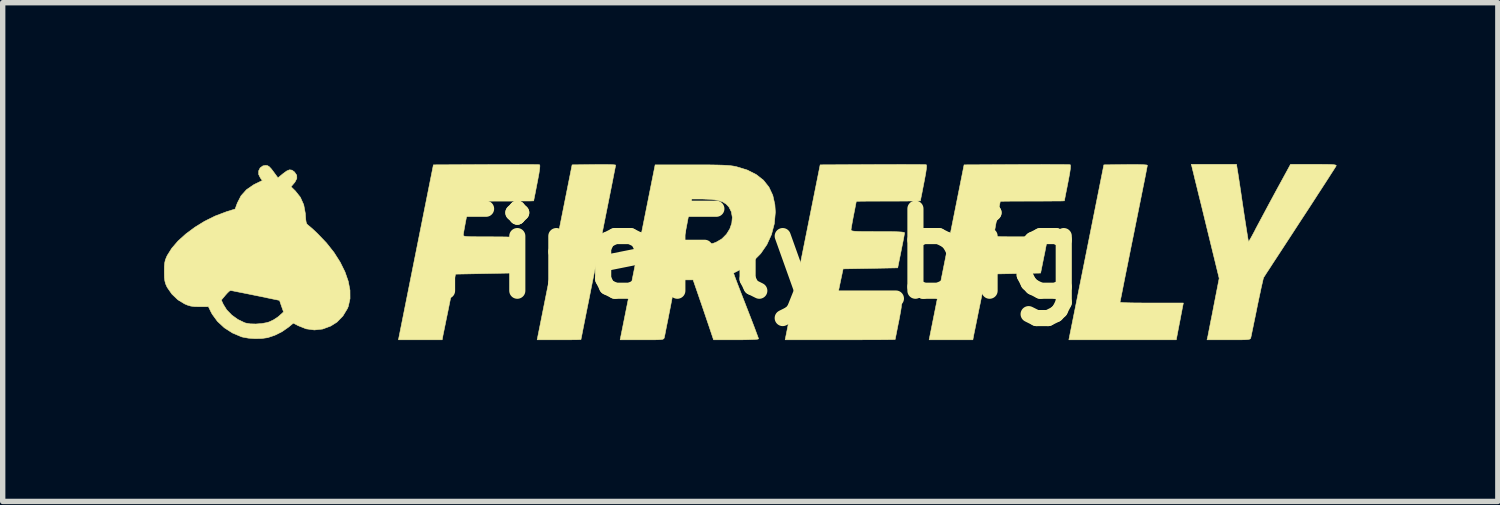
<source format=kicad_pcb>
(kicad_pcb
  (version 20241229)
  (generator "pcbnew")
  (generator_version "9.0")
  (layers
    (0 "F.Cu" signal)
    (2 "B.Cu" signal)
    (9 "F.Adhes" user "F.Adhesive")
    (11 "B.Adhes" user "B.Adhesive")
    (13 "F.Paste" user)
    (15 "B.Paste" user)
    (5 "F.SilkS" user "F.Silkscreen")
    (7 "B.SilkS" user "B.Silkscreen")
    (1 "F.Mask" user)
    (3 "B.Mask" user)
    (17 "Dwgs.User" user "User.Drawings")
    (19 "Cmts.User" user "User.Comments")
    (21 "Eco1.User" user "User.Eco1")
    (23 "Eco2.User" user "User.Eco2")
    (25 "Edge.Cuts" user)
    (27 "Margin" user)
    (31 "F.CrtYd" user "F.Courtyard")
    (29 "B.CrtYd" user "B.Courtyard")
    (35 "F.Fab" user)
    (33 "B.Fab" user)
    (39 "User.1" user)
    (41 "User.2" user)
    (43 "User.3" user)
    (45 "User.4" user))
  (footprint "FireFly_big"
    (layer "F.Cu")
    (at 10.995 1.666)
    (property "Reference" "FireFly_big" (at 0 0 0) (layer "F.SilkS") (effects (font (size 1.524 1.524) (thickness 0.3))))
    (attr through_hole)
    (fp_poly (pts (xy -2.776 -1.657) (xy -2.689 -1.655) (xy -2.629 -1.652) (xy -2.6 -1.648) (xy -2.599 -1.646) (xy -2.602 -1.625) (xy -2.613 -1.569) (xy -2.631 -1.479) (xy -2.654 -1.36) (xy -2.683 -1.214) (xy -2.717 -1.044) (xy -2.755 -0.853) (xy -2.797 -0.643) (xy -2.842 -0.417) (xy -2.889 -0.179) (xy -2.921 -0.02) (xy -2.97 0.225) (xy -3.017 0.459) (xy -3.061 0.679) (xy -3.101 0.882) (xy -3.138 1.065) (xy -3.17 1.226) (xy -3.197 1.361) (xy -3.218 1.469) (xy -3.233 1.545) (xy -3.242 1.588) (xy -3.243 1.597) (xy -3.262 1.598) (xy -3.314 1.6) (xy -3.393 1.601) (xy -3.495 1.602) (xy -3.612 1.602) (xy -3.651 1.602) (xy -4.058 1.602) (xy -3.733 -0.024) (xy -3.408 -1.651) (xy -3.003 -1.656) (xy -2.882 -1.657) (xy -2.776 -1.657)) (stroke (width 0.01) (type solid)) (fill yes) (layer "F.SilkS"))
    (fp_poly (pts (xy 7.137 -1.656) (xy 7.221 -1.653) (xy 7.272 -1.649) (xy 7.288 -1.643) (xy 7.284 -1.621) (xy 7.273 -1.564) (xy 7.256 -1.475) (xy 7.233 -1.358) (xy 7.204 -1.215) (xy 7.171 -1.05) (xy 7.134 -0.866) (xy 7.094 -0.667) (xy 7.051 -0.454) (xy 7.034 -0.368) (xy 6.99 -0.152) (xy 6.949 0.053) (xy 6.911 0.243) (xy 6.876 0.416) (xy 6.846 0.567) (xy 6.821 0.695) (xy 6.801 0.795) (xy 6.787 0.864) (xy 6.78 0.9) (xy 6.78 0.904) (xy 6.799 0.907) (xy 6.852 0.911) (xy 6.934 0.914) (xy 7.042 0.916) (xy 7.169 0.917) (xy 7.312 0.918) (xy 7.368 0.918) (xy 7.957 0.918) (xy 7.948 0.962) (xy 7.941 0.996) (xy 7.929 1.061) (xy 7.912 1.148) (xy 7.893 1.25) (xy 7.882 1.304) (xy 7.825 1.602) (xy 6.827 1.602) (xy 5.828 1.602) (xy 6.154 -0.024) (xy 6.479 -1.651) (xy 6.883 -1.656) (xy 7.023 -1.657) (xy 7.137 -1.656)) (stroke (width 0.01) (type solid)) (fill yes) (layer "F.SilkS"))
    (fp_poly (pts (xy -4.328 -1.657) (xy -4.205 -1.657) (xy -4.11 -1.656) (xy -4.045 -1.655) (xy -4.015 -1.653) (xy -4.013 -1.653) (xy -4.007 -1.633) (xy -4.011 -1.579) (xy -4.024 -1.491) (xy -4.047 -1.367) (xy -4.057 -1.316) (xy -4.078 -1.208) (xy -4.096 -1.114) (xy -4.111 -1.041) (xy -4.12 -0.995) (xy -4.122 -0.982) (xy -4.141 -0.981) (xy -4.194 -0.979) (xy -4.277 -0.979) (xy -4.385 -0.978) (xy -4.512 -0.977) (xy -4.656 -0.977) (xy -4.719 -0.977) (xy -4.867 -0.977) (xy -5.001 -0.976) (xy -5.118 -0.976) (xy -5.212 -0.975) (xy -5.278 -0.974) (xy -5.311 -0.973) (xy -5.315 -0.972) (xy -5.318 -0.952) (xy -5.328 -0.901) (xy -5.343 -0.824) (xy -5.362 -0.73) (xy -5.373 -0.674) (xy -5.393 -0.57) (xy -5.41 -0.477) (xy -5.423 -0.404) (xy -5.43 -0.357) (xy -5.431 -0.347) (xy -5.429 -0.336) (xy -5.419 -0.328) (xy -5.397 -0.322) (xy -5.358 -0.318) (xy -5.298 -0.315) (xy -5.212 -0.314) (xy -5.097 -0.313) (xy -4.947 -0.313) (xy -4.933 -0.313) (xy -4.774 -0.312) (xy -4.65 -0.311) (xy -4.558 -0.308) (xy -4.494 -0.304) (xy -4.455 -0.299) (xy -4.438 -0.292) (xy -4.436 -0.288) (xy -4.44 -0.262) (xy -4.451 -0.204) (xy -4.467 -0.122) (xy -4.486 -0.022) (xy -4.501 0.049) (xy -4.564 0.361) (xy -5.07 0.371) (xy -5.576 0.381) (xy -5.688 0.928) (xy -5.717 1.072) (xy -5.745 1.207) (xy -5.769 1.326) (xy -5.789 1.424) (xy -5.804 1.496) (xy -5.812 1.536) (xy -5.812 1.539) (xy -5.824 1.602) (xy -6.637 1.602) (xy -6.312 -0.024) (xy -5.987 -1.651) (xy -5.011 -1.656) (xy -4.819 -1.657) (xy -4.638 -1.657) (xy -4.473 -1.658) (xy -4.328 -1.657)) (stroke (width 0.01) (type solid)) (fill yes) (layer "F.SilkS"))
    (fp_poly (pts (xy 5.539 -1.657) (xy 5.662 -1.657) (xy 5.757 -1.656) (xy 5.822 -1.655) (xy 5.852 -1.653) (xy 5.854 -1.653) (xy 5.859 -1.633) (xy 5.856 -1.579) (xy 5.843 -1.491) (xy 5.82 -1.367) (xy 5.81 -1.316) (xy 5.789 -1.208) (xy 5.77 -1.114) (xy 5.756 -1.041) (xy 5.747 -0.995) (xy 5.745 -0.982) (xy 5.726 -0.981) (xy 5.673 -0.979) (xy 5.59 -0.979) (xy 5.482 -0.978) (xy 5.354 -0.977) (xy 5.211 -0.977) (xy 5.148 -0.977) (xy 5 -0.977) (xy 4.866 -0.976) (xy 4.749 -0.976) (xy 4.655 -0.975) (xy 4.589 -0.974) (xy 4.556 -0.973) (xy 4.552 -0.972) (xy 4.549 -0.952) (xy 4.539 -0.901) (xy 4.524 -0.824) (xy 4.505 -0.73) (xy 4.494 -0.674) (xy 4.474 -0.57) (xy 4.457 -0.477) (xy 4.444 -0.404) (xy 4.437 -0.357) (xy 4.436 -0.347) (xy 4.438 -0.336) (xy 4.448 -0.328) (xy 4.47 -0.322) (xy 4.509 -0.318) (xy 4.569 -0.315) (xy 4.655 -0.314) (xy 4.77 -0.313) (xy 4.92 -0.313) (xy 4.933 -0.313) (xy 5.093 -0.312) (xy 5.217 -0.311) (xy 5.309 -0.308) (xy 5.373 -0.304) (xy 5.412 -0.299) (xy 5.429 -0.292) (xy 5.431 -0.288) (xy 5.427 -0.262) (xy 5.416 -0.204) (xy 5.4 -0.122) (xy 5.381 -0.022) (xy 5.366 0.049) (xy 5.303 0.361) (xy 4.797 0.371) (xy 4.291 0.381) (xy 4.179 0.928) (xy 4.149 1.072) (xy 4.122 1.207) (xy 4.098 1.326) (xy 4.078 1.424) (xy 4.063 1.496) (xy 4.055 1.536) (xy 4.055 1.539) (xy 4.043 1.602) (xy 3.23 1.602) (xy 3.555 -0.024) (xy 3.88 -1.651) (xy 4.856 -1.656) (xy 5.048 -1.657) (xy 5.229 -1.657) (xy 5.394 -1.658) (xy 5.539 -1.657)) (stroke (width 0.01) (type solid)) (fill yes) (layer "F.SilkS"))
    (fp_poly (pts (xy 8.966 -1.529) (xy 8.975 -1.476) (xy 8.988 -1.39) (xy 9.005 -1.278) (xy 9.025 -1.146) (xy 9.046 -1.001) (xy 9.069 -0.848) (xy 9.074 -0.814) (xy 9.096 -0.668) (xy 9.117 -0.534) (xy 9.135 -0.419) (xy 9.15 -0.326) (xy 9.161 -0.26) (xy 9.167 -0.226) (xy 9.168 -0.223) (xy 9.18 -0.237) (xy 9.205 -0.279) (xy 9.241 -0.344) (xy 9.285 -0.426) (xy 9.299 -0.455) (xy 9.343 -0.538) (xy 9.402 -0.648) (xy 9.471 -0.777) (xy 9.546 -0.918) (xy 9.624 -1.062) (xy 9.686 -1.177) (xy 9.95 -1.661) (xy 10.379 -1.661) (xy 10.522 -1.66) (xy 10.631 -1.659) (xy 10.708 -1.657) (xy 10.759 -1.653) (xy 10.788 -1.647) (xy 10.799 -1.639) (xy 10.799 -1.634) (xy 10.787 -1.614) (xy 10.755 -1.563) (xy 10.705 -1.486) (xy 10.64 -1.384) (xy 10.561 -1.262) (xy 10.469 -1.121) (xy 10.368 -0.964) (xy 10.258 -0.795) (xy 10.141 -0.617) (xy 10.126 -0.594) (xy 10.009 -0.414) (xy 9.898 -0.244) (xy 9.795 -0.086) (xy 9.702 0.056) (xy 9.62 0.181) (xy 9.553 0.285) (xy 9.5 0.365) (xy 9.466 0.419) (xy 9.45 0.443) (xy 9.45 0.443) (xy 9.442 0.468) (xy 9.429 0.526) (xy 9.409 0.611) (xy 9.386 0.72) (xy 9.359 0.846) (xy 9.33 0.984) (xy 9.329 0.99) (xy 9.301 1.13) (xy 9.274 1.259) (xy 9.251 1.372) (xy 9.232 1.463) (xy 9.219 1.527) (xy 9.212 1.558) (xy 9.212 1.558) (xy 9.208 1.573) (xy 9.199 1.584) (xy 9.181 1.592) (xy 9.149 1.597) (xy 9.097 1.6) (xy 9.021 1.602) (xy 8.915 1.602) (xy 8.8 1.602) (xy 8.397 1.602) (xy 8.407 1.558) (xy 8.414 1.528) (xy 8.426 1.465) (xy 8.444 1.374) (xy 8.466 1.261) (xy 8.492 1.132) (xy 8.519 0.992) (xy 8.52 0.986) (xy 8.623 0.459) (xy 8.375 -0.557) (xy 8.328 -0.751) (xy 8.283 -0.935) (xy 8.241 -1.104) (xy 8.204 -1.256) (xy 8.172 -1.385) (xy 8.147 -1.49) (xy 8.128 -1.566) (xy 8.118 -1.609) (xy 8.116 -1.617) (xy 8.104 -1.661) (xy 8.945 -1.661) (xy 8.966 -1.529)) (stroke (width 0.01) (type solid)) (fill yes) (layer "F.SilkS"))
    (fp_poly (pts (xy 2.862 -1.657) (xy 2.985 -1.657) (xy 3.08 -1.656) (xy 3.145 -1.655) (xy 3.176 -1.653) (xy 3.177 -1.653) (xy 3.183 -1.633) (xy 3.179 -1.579) (xy 3.166 -1.491) (xy 3.143 -1.367) (xy 3.133 -1.316) (xy 3.112 -1.208) (xy 3.094 -1.114) (xy 3.079 -1.041) (xy 3.07 -0.995) (xy 3.068 -0.982) (xy 3.049 -0.981) (xy 2.996 -0.979) (xy 2.913 -0.979) (xy 2.805 -0.978) (xy 2.678 -0.977) (xy 2.535 -0.977) (xy 2.472 -0.977) (xy 2.324 -0.977) (xy 2.189 -0.976) (xy 2.072 -0.976) (xy 1.979 -0.975) (xy 1.913 -0.974) (xy 1.879 -0.973) (xy 1.876 -0.972) (xy 1.872 -0.952) (xy 1.862 -0.901) (xy 1.848 -0.827) (xy 1.83 -0.736) (xy 1.827 -0.723) (xy 1.809 -0.627) (xy 1.794 -0.544) (xy 1.783 -0.48) (xy 1.778 -0.446) (xy 1.778 -0.445) (xy 1.781 -0.434) (xy 1.791 -0.426) (xy 1.813 -0.42) (xy 1.852 -0.416) (xy 1.912 -0.413) (xy 1.998 -0.411) (xy 2.113 -0.411) (xy 2.263 -0.41) (xy 2.276 -0.41) (xy 2.436 -0.41) (xy 2.56 -0.409) (xy 2.652 -0.406) (xy 2.716 -0.402) (xy 2.754 -0.397) (xy 2.772 -0.39) (xy 2.774 -0.386) (xy 2.769 -0.359) (xy 2.759 -0.301) (xy 2.743 -0.219) (xy 2.723 -0.12) (xy 2.709 -0.049) (xy 2.646 0.264) (xy 2.139 0.274) (xy 1.631 0.283) (xy 1.569 0.576) (xy 1.548 0.68) (xy 1.529 0.77) (xy 1.515 0.841) (xy 1.507 0.885) (xy 1.506 0.894) (xy 1.514 0.901) (xy 1.54 0.907) (xy 1.589 0.911) (xy 1.663 0.914) (xy 1.765 0.917) (xy 1.899 0.918) (xy 2.069 0.918) (xy 2.11 0.918) (xy 2.716 0.918) (xy 2.716 0.964) (xy 2.712 0.999) (xy 2.702 1.064) (xy 2.686 1.151) (xy 2.667 1.252) (xy 2.657 1.299) (xy 2.637 1.4) (xy 2.62 1.487) (xy 2.607 1.552) (xy 2.6 1.589) (xy 2.599 1.595) (xy 2.58 1.597) (xy 2.525 1.598) (xy 2.439 1.599) (xy 2.325 1.6) (xy 2.185 1.601) (xy 2.025 1.601) (xy 1.848 1.602) (xy 1.657 1.602) (xy 1.576 1.602) (xy 0.553 1.602) (xy 0.878 -0.024) (xy 1.204 -1.651) (xy 2.179 -1.656) (xy 2.372 -1.657) (xy 2.552 -1.657) (xy 2.717 -1.658) (xy 2.862 -1.657)) (stroke (width 0.01) (type solid)) (fill yes) (layer "F.SilkS"))
    (fp_poly (pts (xy -1.181 -1.651) (xy -0.992 -1.651) (xy -0.837 -1.65) (xy -0.713 -1.648) (xy -0.613 -1.645) (xy -0.533 -1.641) (xy -0.469 -1.636) (xy -0.416 -1.629) (xy -0.37 -1.62) (xy -0.351 -1.616) (xy -0.152 -1.555) (xy 0.015 -1.471) (xy 0.15 -1.365) (xy 0.252 -1.236) (xy 0.323 -1.085) (xy 0.362 -0.911) (xy 0.371 -0.772) (xy 0.352 -0.558) (xy 0.299 -0.356) (xy 0.214 -0.169) (xy 0.099 -0.002) (xy -0.044 0.143) (xy -0.213 0.26) (xy -0.254 0.282) (xy -0.321 0.317) (xy -0.374 0.344) (xy -0.403 0.36) (xy -0.406 0.362) (xy -0.4 0.38) (xy -0.382 0.431) (xy -0.353 0.509) (xy -0.314 0.611) (xy -0.267 0.732) (xy -0.214 0.868) (xy -0.176 0.966) (xy -0.12 1.11) (xy -0.068 1.244) (xy -0.023 1.361) (xy 0.013 1.458) (xy 0.04 1.53) (xy 0.056 1.574) (xy 0.059 1.584) (xy 0.04 1.59) (xy -0.013 1.595) (xy -0.096 1.598) (xy -0.204 1.601) (xy -0.332 1.602) (xy -0.36 1.602) (xy -0.778 1.602) (xy -0.865 1.343) (xy -0.905 1.226) (xy -0.952 1.087) (xy -1.001 0.943) (xy -1.047 0.81) (xy -1.055 0.786) (xy -1.158 0.488) (xy -1.482 0.488) (xy -1.503 0.591) (xy -1.513 0.641) (xy -1.529 0.722) (xy -1.549 0.827) (xy -1.572 0.947) (xy -1.597 1.075) (xy -1.603 1.104) (xy -1.627 1.228) (xy -1.65 1.341) (xy -1.669 1.437) (xy -1.683 1.51) (xy -1.692 1.552) (xy -1.693 1.558) (xy -1.698 1.573) (xy -1.707 1.584) (xy -1.724 1.592) (xy -1.757 1.597) (xy -1.808 1.6) (xy -1.884 1.602) (xy -1.99 1.602) (xy -2.109 1.602) (xy -2.515 1.602) (xy -2.189 -0.024) (xy -2.159 -0.176) (xy -1.346 -0.176) (xy -1.341 -0.165) (xy -1.322 -0.159) (xy -1.283 -0.156) (xy -1.218 -0.156) (xy -1.122 -0.159) (xy -1.092 -0.16) (xy -0.977 -0.165) (xy -0.893 -0.171) (xy -0.828 -0.181) (xy -0.776 -0.195) (xy -0.727 -0.214) (xy -0.621 -0.277) (xy -0.537 -0.362) (xy -0.476 -0.46) (xy -0.439 -0.566) (xy -0.429 -0.674) (xy -0.447 -0.778) (xy -0.494 -0.87) (xy -0.544 -0.922) (xy -0.612 -0.964) (xy -0.706 -0.993) (xy -0.828 -1.01) (xy -0.983 -1.016) (xy -0.993 -1.016) (xy -1.183 -1.016) (xy -1.258 -0.625) (xy -1.281 -0.503) (xy -1.303 -0.393) (xy -1.321 -0.301) (xy -1.334 -0.233) (xy -1.343 -0.195) (xy -1.343 -0.192) (xy -1.346 -0.176) (xy -2.159 -0.176) (xy -1.864 -1.651) (xy -1.181 -1.651)) (stroke (width 0.01) (type solid)) (fill yes) (layer "F.SilkS"))
    (fp_poly (pts (xy -9.07 -1.636) (xy -9.038 -1.616) (xy -8.999 -1.574) (xy -8.962 -1.525) (xy -8.877 -1.409) (xy -8.784 -1.486) (xy -8.714 -1.537) (xy -8.661 -1.559) (xy -8.615 -1.552) (xy -8.569 -1.518) (xy -8.567 -1.515) (xy -8.528 -1.458) (xy -8.526 -1.399) (xy -8.56 -1.332) (xy -8.577 -1.311) (xy -8.634 -1.244) (xy -8.555 -1.167) (xy -8.461 -1.049) (xy -8.398 -0.909) (xy -8.368 -0.747) (xy -8.366 -0.713) (xy -8.36 -0.632) (xy -8.352 -0.581) (xy -8.338 -0.549) (xy -8.316 -0.529) (xy -8.316 -0.529) (xy -8.284 -0.503) (xy -8.232 -0.458) (xy -8.171 -0.401) (xy -8.141 -0.372) (xy -7.976 -0.2) (xy -7.835 -0.022) (xy -7.72 0.159) (xy -7.631 0.339) (xy -7.57 0.514) (xy -7.538 0.681) (xy -7.537 0.836) (xy -7.568 0.977) (xy -7.584 1.018) (xy -7.67 1.16) (xy -7.78 1.273) (xy -7.896 1.346) (xy -8.047 1.402) (xy -8.2 1.419) (xy -8.353 1.398) (xy -8.501 1.339) (xy -8.591 1.292) (xy -8.683 1.368) (xy -8.802 1.451) (xy -8.937 1.518) (xy -9.068 1.562) (xy -9.177 1.577) (xy -9.302 1.58) (xy -9.428 1.571) (xy -9.536 1.551) (xy -9.555 1.546) (xy -9.723 1.475) (xy -9.874 1.378) (xy -10.002 1.259) (xy -10.1 1.125) (xy -10.124 1.08) (xy -10.17 0.985) (xy -10.336 0.986) (xy -10.428 0.984) (xy -10.498 0.975) (xy -10.559 0.957) (xy -10.613 0.934) (xy -10.729 0.863) (xy -9.93 0.863) (xy -9.894 0.942) (xy -9.83 1.045) (xy -9.736 1.142) (xy -9.624 1.223) (xy -9.502 1.282) (xy -9.476 1.291) (xy -9.393 1.305) (xy -9.289 1.308) (xy -9.18 1.3) (xy -9.081 1.282) (xy -9.039 1.269) (xy -8.961 1.232) (xy -8.885 1.183) (xy -8.853 1.157) (xy -8.773 1.084) (xy -8.811 0.977) (xy -8.848 0.869) (xy -9.294 0.777) (xy -9.421 0.751) (xy -9.536 0.728) (xy -9.633 0.709) (xy -9.707 0.694) (xy -9.75 0.686) (xy -9.76 0.685) (xy -9.783 0.698) (xy -9.82 0.734) (xy -9.855 0.773) (xy -9.93 0.863) (xy -10.729 0.863) (xy -10.739 0.857) (xy -10.849 0.752) (xy -10.933 0.632) (xy -10.942 0.615) (xy -10.966 0.561) (xy -10.98 0.508) (xy -10.988 0.445) (xy -10.99 0.357) (xy -10.99 0.332) (xy -10.989 0.239) (xy -10.983 0.172) (xy -10.971 0.118) (xy -10.949 0.063) (xy -10.936 0.035) (xy -10.852 -0.099) (xy -10.735 -0.235) (xy -10.59 -0.366) (xy -10.423 -0.49) (xy -10.24 -0.603) (xy -10.046 -0.699) (xy -9.846 -0.775) (xy -9.838 -0.778) (xy -9.673 -0.83) (xy -9.633 -0.94) (xy -9.564 -1.075) (xy -9.462 -1.189) (xy -9.33 -1.28) (xy -9.301 -1.295) (xy -9.167 -1.36) (xy -9.204 -1.408) (xy -9.236 -1.474) (xy -9.236 -1.539) (xy -9.208 -1.595) (xy -9.157 -1.632) (xy -9.105 -1.641) (xy -9.07 -1.636)) (stroke (width 0.01) (type solid)) (fill yes) (layer "F.SilkS")))
  (gr_rect
    (start -3 -3)
    (end 24.799 6.273)
    (stroke (width 0.1) (type default))
    (fill no)
    (layer "Edge.Cuts")))
</source>
